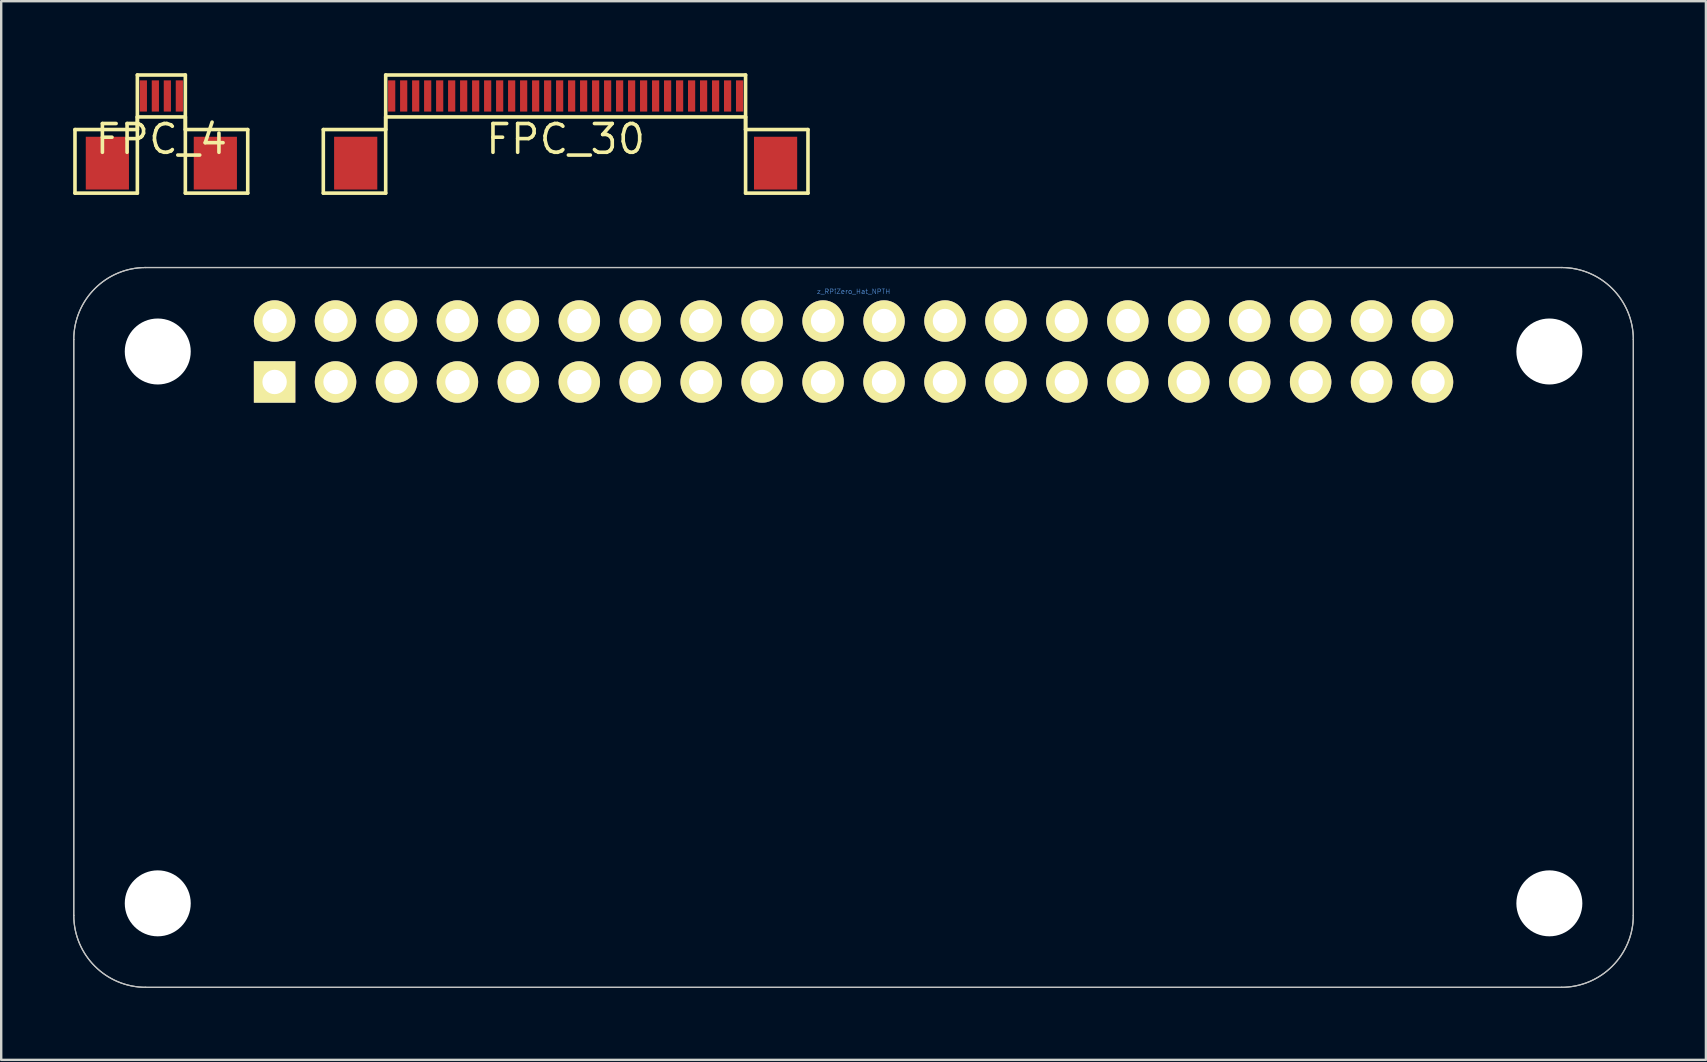
<source format=kicad_pcb>
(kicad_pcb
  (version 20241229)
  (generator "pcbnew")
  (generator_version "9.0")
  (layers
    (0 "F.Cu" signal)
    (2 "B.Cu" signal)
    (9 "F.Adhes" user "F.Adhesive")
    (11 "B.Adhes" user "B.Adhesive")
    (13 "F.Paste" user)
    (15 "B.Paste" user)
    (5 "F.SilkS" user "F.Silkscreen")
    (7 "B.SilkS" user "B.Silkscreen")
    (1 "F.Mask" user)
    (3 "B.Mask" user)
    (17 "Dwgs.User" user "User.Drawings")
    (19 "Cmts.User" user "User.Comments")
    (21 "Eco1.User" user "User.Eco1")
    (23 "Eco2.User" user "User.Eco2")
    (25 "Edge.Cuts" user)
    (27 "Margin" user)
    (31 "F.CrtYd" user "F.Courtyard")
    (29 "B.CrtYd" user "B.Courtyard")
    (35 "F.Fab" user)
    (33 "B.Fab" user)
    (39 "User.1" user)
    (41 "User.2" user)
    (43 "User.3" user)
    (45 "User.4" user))
  (footprint "FPC_4"
    (layer "F.Cu")
    (at 3.675 0.95)
    (property "Reference" "FPC_4" (at 0 1.8 0) (layer "F.SilkS") (effects (font (size 1.2 1.2) (thickness 0.15))))
    (attr through_hole)
    (fp_line (start -3.6 1.4) (end -1 1.4) (stroke (width 0.15) (type solid)) (layer "F.SilkS"))
    (fp_line (start -3.6 4.05) (end -3.6 1.4) (stroke (width 0.15) (type solid)) (layer "F.SilkS"))
    (fp_line (start -1 -0.875) (end 1 -0.875) (stroke (width 0.15) (type solid)) (layer "F.SilkS"))
    (fp_line (start -1 0.875) (end -1 4.05) (stroke (width 0.15) (type solid)) (layer "F.SilkS"))
    (fp_line (start -1 0.875) (end 1 0.875) (stroke (width 0.15) (type solid)) (layer "F.SilkS"))
    (fp_line (start -1 1.4) (end -1 -0.875) (stroke (width 0.15) (type solid)) (layer "F.SilkS"))
    (fp_line (start -1 4.05) (end -3.6 4.05) (stroke (width 0.15) (type solid)) (layer "F.SilkS"))
    (fp_line (start 1 0.875) (end 1 4.05) (stroke (width 0.15) (type solid)) (layer "F.SilkS"))
    (fp_line (start 1 1.4) (end 1 -0.875) (stroke (width 0.15) (type solid)) (layer "F.SilkS"))
    (fp_line (start 1 4.05) (end 3.6 4.05) (stroke (width 0.15) (type solid)) (layer "F.SilkS"))
    (fp_line (start 3.6 1.4) (end 1 1.4) (stroke (width 0.15) (type solid)) (layer "F.SilkS"))
    (fp_line (start 3.6 4.05) (end 3.6 1.4) (stroke (width 0.15) (type solid)) (layer "F.SilkS"))
    (pad "0" smd rect (at -2.25 2.8) (size 1.8 2.2) (layers "F.Cu" "F.Mask" "F.Paste"))
    (pad "0" smd rect (at 2.25 2.8) (size 1.8 2.2) (layers "F.Cu" "F.Mask" "F.Paste"))
    (pad "1" smd rect (at -0.75 0) (size 0.3 1.3) (layers "F.Cu" "F.Mask" "F.Paste"))
    (pad "2" smd rect (at -0.25 0) (size 0.3 1.3) (layers "F.Cu" "F.Mask" "F.Paste"))
    (pad "3" smd rect (at 0.25 0) (size 0.3 1.3) (layers "F.Cu" "F.Mask" "F.Paste"))
    (pad "4" smd rect (at 0.75 0) (size 0.3 1.3) (layers "F.Cu" "F.Mask" "F.Paste")))
  (footprint "z_RPiZero_Hat_NPTH"
    (layer "F.Cu")
    (at 32.525 23.1)
    (property "Reference" "z_RPiZero_Hat_NPTH" (at 0 -14 0) (layer "Cmts.User") (effects (font (size 0.2 0.2) (thickness 0.02))))
    (attr through_hole)
    (fp_line (start -32.5 -12) (end -32.5 12) (stroke (width 0.05) (type solid)) (layer "Dwgs.User"))
    (fp_line (start -29.5 15) (end 29.5 15) (stroke (width 0.05) (type solid)) (layer "Dwgs.User"))
    (fp_line (start 29.5 -15) (end -29.5 -15) (stroke (width 0.05) (type solid)) (layer "Dwgs.User"))
    (fp_line (start 32.5 12) (end 32.5 -12) (stroke (width 0.05) (type solid)) (layer "Dwgs.User"))
    (fp_arc (start -32.5 -12) (mid -31.62132 -14.12132) (end -29.5 -15) (stroke (width 0.05) (type solid)) (layer "Dwgs.User"))
    (fp_arc (start -29.5 15) (mid -31.62132 14.12132) (end -32.5 12) (stroke (width 0.05) (type solid)) (layer "Dwgs.User"))
    (fp_arc (start 29.5 -15) (mid 31.62132 -14.12132) (end 32.5 -12) (stroke (width 0.05) (type solid)) (layer "Dwgs.User"))
    (fp_arc (start 32.5 12) (mid 31.62132 14.12132) (end 29.5 15) (stroke (width 0.05) (type solid)) (layer "Dwgs.User"))
    (fp_line (start -32.5 -12) (end -32.5 12) (stroke (width 0.05) (type solid)) (layer "Edge.Cuts"))
    (fp_line (start -29.5 15) (end 29.5 15) (stroke (width 0.05) (type solid)) (layer "Edge.Cuts"))
    (fp_line (start 29.5 -15) (end -29.5 -15) (stroke (width 0.05) (type solid)) (layer "Edge.Cuts"))
    (fp_line (start 32.5 12) (end 32.5 -12) (stroke (width 0.05) (type solid)) (layer "Edge.Cuts"))
    (fp_arc (start -32.5 -12) (mid -31.62132 -14.12132) (end -29.5 -15) (stroke (width 0.05) (type solid)) (layer "Edge.Cuts"))
    (fp_arc (start -29.5 15) (mid -31.62132 14.12132) (end -32.5 12) (stroke (width 0.05) (type solid)) (layer "Edge.Cuts"))
    (fp_arc (start 29.5 -15) (mid 31.62132 -14.12132) (end 32.5 -12) (stroke (width 0.05) (type solid)) (layer "Edge.Cuts"))
    (fp_arc (start 32.5 12) (mid 31.62132 14.12132) (end 29.5 15) (stroke (width 0.05) (type solid)) (layer "Edge.Cuts"))
    (pad "" np_thru_hole circle (at -29 -11.5) (size 2.75 2.75) (drill 2.75) (layers "*.Cu" "*.Mask"))
    (pad "" smd circle (at -29 -11.5) (size 6 6) (layers "*.Mask"))
    (pad "" np_thru_hole circle (at -29 11.5) (size 2.75 2.75) (drill 2.75) (layers "*.Cu" "*.Mask"))
    (pad "" smd circle (at -29 11.5) (size 6 6) (layers "*.Mask"))
    (pad "" np_thru_hole circle (at 29 -11.5) (size 2.75 2.75) (drill 2.75) (layers "*.Cu" "*.Mask"))
    (pad "" smd circle (at 29 -11.5) (size 6 6) (layers "*.Mask"))
    (pad "" np_thru_hole circle (at 29 11.5) (size 2.75 2.75) (drill 2.75) (layers "*.Cu" "*.Mask"))
    (pad "" smd circle (at 29 11.5) (size 6 6) (layers "*.Mask"))
    (pad "1" thru_hole rect (at -24.13 -10.23 180) (size 1.727 1.727) (drill 1.016) (layers "*.Cu" "*.Mask" "F.SilkS"))
    (pad "2" thru_hole circle (at -24.13 -12.77 180) (size 1.727 1.727) (drill 1.016) (layers "*.Cu" "*.Mask" "F.SilkS"))
    (pad "3" thru_hole circle (at -21.59 -10.23 180) (size 1.727 1.727) (drill 1.016) (layers "*.Cu" "*.Mask" "F.SilkS"))
    (pad "4" thru_hole circle (at -21.59 -12.77 180) (size 1.727 1.727) (drill 1.016) (layers "*.Cu" "*.Mask" "F.SilkS"))
    (pad "5" thru_hole circle (at -19.05 -10.23 180) (size 1.727 1.727) (drill 1.016) (layers "*.Cu" "*.Mask" "F.SilkS"))
    (pad "6" thru_hole circle (at -19.05 -12.77 180) (size 1.727 1.727) (drill 1.016) (layers "*.Cu" "*.Mask" "F.SilkS"))
    (pad "7" thru_hole circle (at -16.51 -10.23 180) (size 1.727 1.727) (drill 1.016) (layers "*.Cu" "*.Mask" "F.SilkS"))
    (pad "8" thru_hole circle (at -16.51 -12.77 180) (size 1.727 1.727) (drill 1.016) (layers "*.Cu" "*.Mask" "F.SilkS"))
    (pad "9" thru_hole circle (at -13.97 -10.23 180) (size 1.727 1.727) (drill 1.016) (layers "*.Cu" "*.Mask" "F.SilkS"))
    (pad "10" thru_hole circle (at -13.97 -12.77 180) (size 1.727 1.727) (drill 1.016) (layers "*.Cu" "*.Mask" "F.SilkS"))
    (pad "11" thru_hole circle (at -11.43 -10.23 180) (size 1.727 1.727) (drill 1.016) (layers "*.Cu" "*.Mask" "F.SilkS"))
    (pad "12" thru_hole circle (at -11.43 -12.77 180) (size 1.727 1.727) (drill 1.016) (layers "*.Cu" "*.Mask" "F.SilkS"))
    (pad "13" thru_hole circle (at -8.89 -10.23 180) (size 1.727 1.727) (drill 1.016) (layers "*.Cu" "*.Mask" "F.SilkS"))
    (pad "14" thru_hole circle (at -8.89 -12.77 180) (size 1.727 1.727) (drill 1.016) (layers "*.Cu" "*.Mask" "F.SilkS"))
    (pad "15" thru_hole circle (at -6.35 -10.23 180) (size 1.727 1.727) (drill 1.016) (layers "*.Cu" "*.Mask" "F.SilkS"))
    (pad "16" thru_hole circle (at -6.35 -12.77 180) (size 1.727 1.727) (drill 1.016) (layers "*.Cu" "*.Mask" "F.SilkS"))
    (pad "17" thru_hole circle (at -3.81 -10.23 180) (size 1.727 1.727) (drill 1.016) (layers "*.Cu" "*.Mask" "F.SilkS"))
    (pad "18" thru_hole circle (at -3.81 -12.77 180) (size 1.727 1.727) (drill 1.016) (layers "*.Cu" "*.Mask" "F.SilkS"))
    (pad "19" thru_hole circle (at -1.27 -10.23 180) (size 1.727 1.727) (drill 1.016) (layers "*.Cu" "*.Mask" "F.SilkS"))
    (pad "20" thru_hole circle (at -1.27 -12.77 180) (size 1.727 1.727) (drill 1.016) (layers "*.Cu" "*.Mask" "F.SilkS"))
    (pad "21" thru_hole circle (at 1.27 -10.23 180) (size 1.727 1.727) (drill 1.016) (layers "*.Cu" "*.Mask" "F.SilkS"))
    (pad "22" thru_hole circle (at 1.27 -12.77 180) (size 1.727 1.727) (drill 1.016) (layers "*.Cu" "*.Mask" "F.SilkS"))
    (pad "23" thru_hole circle (at 3.81 -10.23 180) (size 1.727 1.727) (drill 1.016) (layers "*.Cu" "*.Mask" "F.SilkS"))
    (pad "24" thru_hole circle (at 3.81 -12.77 180) (size 1.727 1.727) (drill 1.016) (layers "*.Cu" "*.Mask" "F.SilkS"))
    (pad "25" thru_hole circle (at 6.35 -10.23 180) (size 1.727 1.727) (drill 1.016) (layers "*.Cu" "*.Mask" "F.SilkS"))
    (pad "26" thru_hole circle (at 6.35 -12.77 180) (size 1.727 1.727) (drill 1.016) (layers "*.Cu" "*.Mask" "F.SilkS"))
    (pad "27" thru_hole circle (at 8.89 -10.23 180) (size 1.727 1.727) (drill 1.016) (layers "*.Cu" "*.Mask" "F.SilkS"))
    (pad "28" thru_hole circle (at 8.89 -12.77 180) (size 1.727 1.727) (drill 1.016) (layers "*.Cu" "*.Mask" "F.SilkS"))
    (pad "29" thru_hole circle (at 11.43 -10.23 180) (size 1.727 1.727) (drill 1.016) (layers "*.Cu" "*.Mask" "F.SilkS"))
    (pad "30" thru_hole circle (at 11.43 -12.77 180) (size 1.727 1.727) (drill 1.016) (layers "*.Cu" "*.Mask" "F.SilkS"))
    (pad "31" thru_hole circle (at 13.97 -10.23 180) (size 1.727 1.727) (drill 1.016) (layers "*.Cu" "*.Mask" "F.SilkS"))
    (pad "32" thru_hole circle (at 13.97 -12.77 180) (size 1.727 1.727) (drill 1.016) (layers "*.Cu" "*.Mask" "F.SilkS"))
    (pad "33" thru_hole circle (at 16.51 -10.23 180) (size 1.727 1.727) (drill 1.016) (layers "*.Cu" "*.Mask" "F.SilkS"))
    (pad "34" thru_hole circle (at 16.51 -12.77 180) (size 1.727 1.727) (drill 1.016) (layers "*.Cu" "*.Mask" "F.SilkS"))
    (pad "35" thru_hole circle (at 19.05 -10.23 180) (size 1.727 1.727) (drill 1.016) (layers "*.Cu" "*.Mask" "F.SilkS"))
    (pad "36" thru_hole circle (at 19.05 -12.77 180) (size 1.727 1.727) (drill 1.016) (layers "*.Cu" "*.Mask" "F.SilkS"))
    (pad "37" thru_hole circle (at 21.59 -10.23 180) (size 1.727 1.727) (drill 1.016) (layers "*.Cu" "*.Mask" "F.SilkS"))
    (pad "38" thru_hole circle (at 21.59 -12.77 180) (size 1.727 1.727) (drill 1.016) (layers "*.Cu" "*.Mask" "F.SilkS"))
    (pad "39" thru_hole circle (at 24.13 -10.23 180) (size 1.727 1.727) (drill 1.016) (layers "*.Cu" "*.Mask" "F.SilkS"))
    (pad "40" thru_hole circle (at 24.13 -12.77 180) (size 1.727 1.727) (drill 1.016) (layers "*.Cu" "*.Mask" "F.SilkS")))
  (footprint "FPC_30"
    (layer "F.Cu")
    (at 20.525 0.95)
    (property "Reference" "FPC_30" (at 0 1.8 0) (layer "F.SilkS") (effects (font (size 1.2 1.2) (thickness 0.15))))
    (attr through_hole)
    (fp_line (start -10.1 1.4) (end -7.5 1.4) (stroke (width 0.15) (type solid)) (layer "F.SilkS"))
    (fp_line (start -10.1 4.05) (end -10.1 1.4) (stroke (width 0.15) (type solid)) (layer "F.SilkS"))
    (fp_line (start -7.5 -0.875) (end 7.5 -0.875) (stroke (width 0.15) (type solid)) (layer "F.SilkS"))
    (fp_line (start -7.5 0.875) (end -7.5 4.05) (stroke (width 0.15) (type solid)) (layer "F.SilkS"))
    (fp_line (start -7.5 0.875) (end 7.5 0.875) (stroke (width 0.15) (type solid)) (layer "F.SilkS"))
    (fp_line (start -7.5 1.4) (end -7.5 -0.875) (stroke (width 0.15) (type solid)) (layer "F.SilkS"))
    (fp_line (start -7.5 4.05) (end -10.1 4.05) (stroke (width 0.15) (type solid)) (layer "F.SilkS"))
    (fp_line (start 7.5 0.875) (end 7.5 4.05) (stroke (width 0.15) (type solid)) (layer "F.SilkS"))
    (fp_line (start 7.5 1.4) (end 7.5 -0.875) (stroke (width 0.15) (type solid)) (layer "F.SilkS"))
    (fp_line (start 7.5 4.05) (end 10.1 4.05) (stroke (width 0.15) (type solid)) (layer "F.SilkS"))
    (fp_line (start 10.1 1.4) (end 7.5 1.4) (stroke (width 0.15) (type solid)) (layer "F.SilkS"))
    (fp_line (start 10.1 4.05) (end 10.1 1.4) (stroke (width 0.15) (type solid)) (layer "F.SilkS"))
    (pad "0" smd rect (at -8.75 2.8) (size 1.8 2.2) (layers "F.Cu" "F.Mask" "F.Paste"))
    (pad "0" smd rect (at 8.75 2.8) (size 1.8 2.2) (layers "F.Cu" "F.Mask" "F.Paste"))
    (pad "1" smd rect (at -7.25 0) (size 0.3 1.3) (layers "F.Cu" "F.Mask" "F.Paste"))
    (pad "2" smd rect (at -6.75 0) (size 0.3 1.3) (layers "F.Cu" "F.Mask" "F.Paste"))
    (pad "3" smd rect (at -6.25 0) (size 0.3 1.3) (layers "F.Cu" "F.Mask" "F.Paste"))
    (pad "4" smd rect (at -5.75 0) (size 0.3 1.3) (layers "F.Cu" "F.Mask" "F.Paste"))
    (pad "5" smd rect (at -5.25 0) (size 0.3 1.3) (layers "F.Cu" "F.Mask" "F.Paste"))
    (pad "6" smd rect (at -4.75 0) (size 0.3 1.3) (layers "F.Cu" "F.Mask" "F.Paste"))
    (pad "7" smd rect (at -4.25 0) (size 0.3 1.3) (layers "F.Cu" "F.Mask" "F.Paste"))
    (pad "8" smd rect (at -3.75 0) (size 0.3 1.3) (layers "F.Cu" "F.Mask" "F.Paste"))
    (pad "9" smd rect (at -3.25 0) (size 0.3 1.3) (layers "F.Cu" "F.Mask" "F.Paste"))
    (pad "10" smd rect (at -2.75 0) (size 0.3 1.3) (layers "F.Cu" "F.Mask" "F.Paste"))
    (pad "11" smd rect (at -2.25 0) (size 0.3 1.3) (layers "F.Cu" "F.Mask" "F.Paste"))
    (pad "12" smd rect (at -1.75 0) (size 0.3 1.3) (layers "F.Cu" "F.Mask" "F.Paste"))
    (pad "13" smd rect (at -1.25 0) (size 0.3 1.3) (layers "F.Cu" "F.Mask" "F.Paste"))
    (pad "14" smd rect (at -0.75 0) (size 0.3 1.3) (layers "F.Cu" "F.Mask" "F.Paste"))
    (pad "15" smd rect (at -0.25 0) (size 0.3 1.3) (layers "F.Cu" "F.Mask" "F.Paste"))
    (pad "16" smd rect (at 0.25 0) (size 0.3 1.3) (layers "F.Cu" "F.Mask" "F.Paste"))
    (pad "17" smd rect (at 0.75 0) (size 0.3 1.3) (layers "F.Cu" "F.Mask" "F.Paste"))
    (pad "18" smd rect (at 1.25 0) (size 0.3 1.3) (layers "F.Cu" "F.Mask" "F.Paste"))
    (pad "19" smd rect (at 1.75 0) (size 0.3 1.3) (layers "F.Cu" "F.Mask" "F.Paste"))
    (pad "20" smd rect (at 2.25 0) (size 0.3 1.3) (layers "F.Cu" "F.Mask" "F.Paste"))
    (pad "21" smd rect (at 2.75 0) (size 0.3 1.3) (layers "F.Cu" "F.Mask" "F.Paste"))
    (pad "22" smd rect (at 3.25 0) (size 0.3 1.3) (layers "F.Cu" "F.Mask" "F.Paste"))
    (pad "23" smd rect (at 3.75 0) (size 0.3 1.3) (layers "F.Cu" "F.Mask" "F.Paste"))
    (pad "24" smd rect (at 4.25 0) (size 0.3 1.3) (layers "F.Cu" "F.Mask" "F.Paste"))
    (pad "25" smd rect (at 4.75 0) (size 0.3 1.3) (layers "F.Cu" "F.Mask" "F.Paste"))
    (pad "26" smd rect (at 5.25 0) (size 0.3 1.3) (layers "F.Cu" "F.Mask" "F.Paste"))
    (pad "27" smd rect (at 5.75 0) (size 0.3 1.3) (layers "F.Cu" "F.Mask" "F.Paste"))
    (pad "28" smd rect (at 6.25 0) (size 0.3 1.3) (layers "F.Cu" "F.Mask" "F.Paste"))
    (pad "29" smd rect (at 6.75 0) (size 0.3 1.3) (layers "F.Cu" "F.Mask" "F.Paste"))
    (pad "30" smd rect (at 7.25 0) (size 0.3 1.3) (layers "F.Cu" "F.Mask" "F.Paste")))
  (gr_rect
    (start -3 -3)
    (end 68.05 41.125)
    (stroke (width 0.1) (type default))
    (fill no)
    (layer "Edge.Cuts")))
</source>
